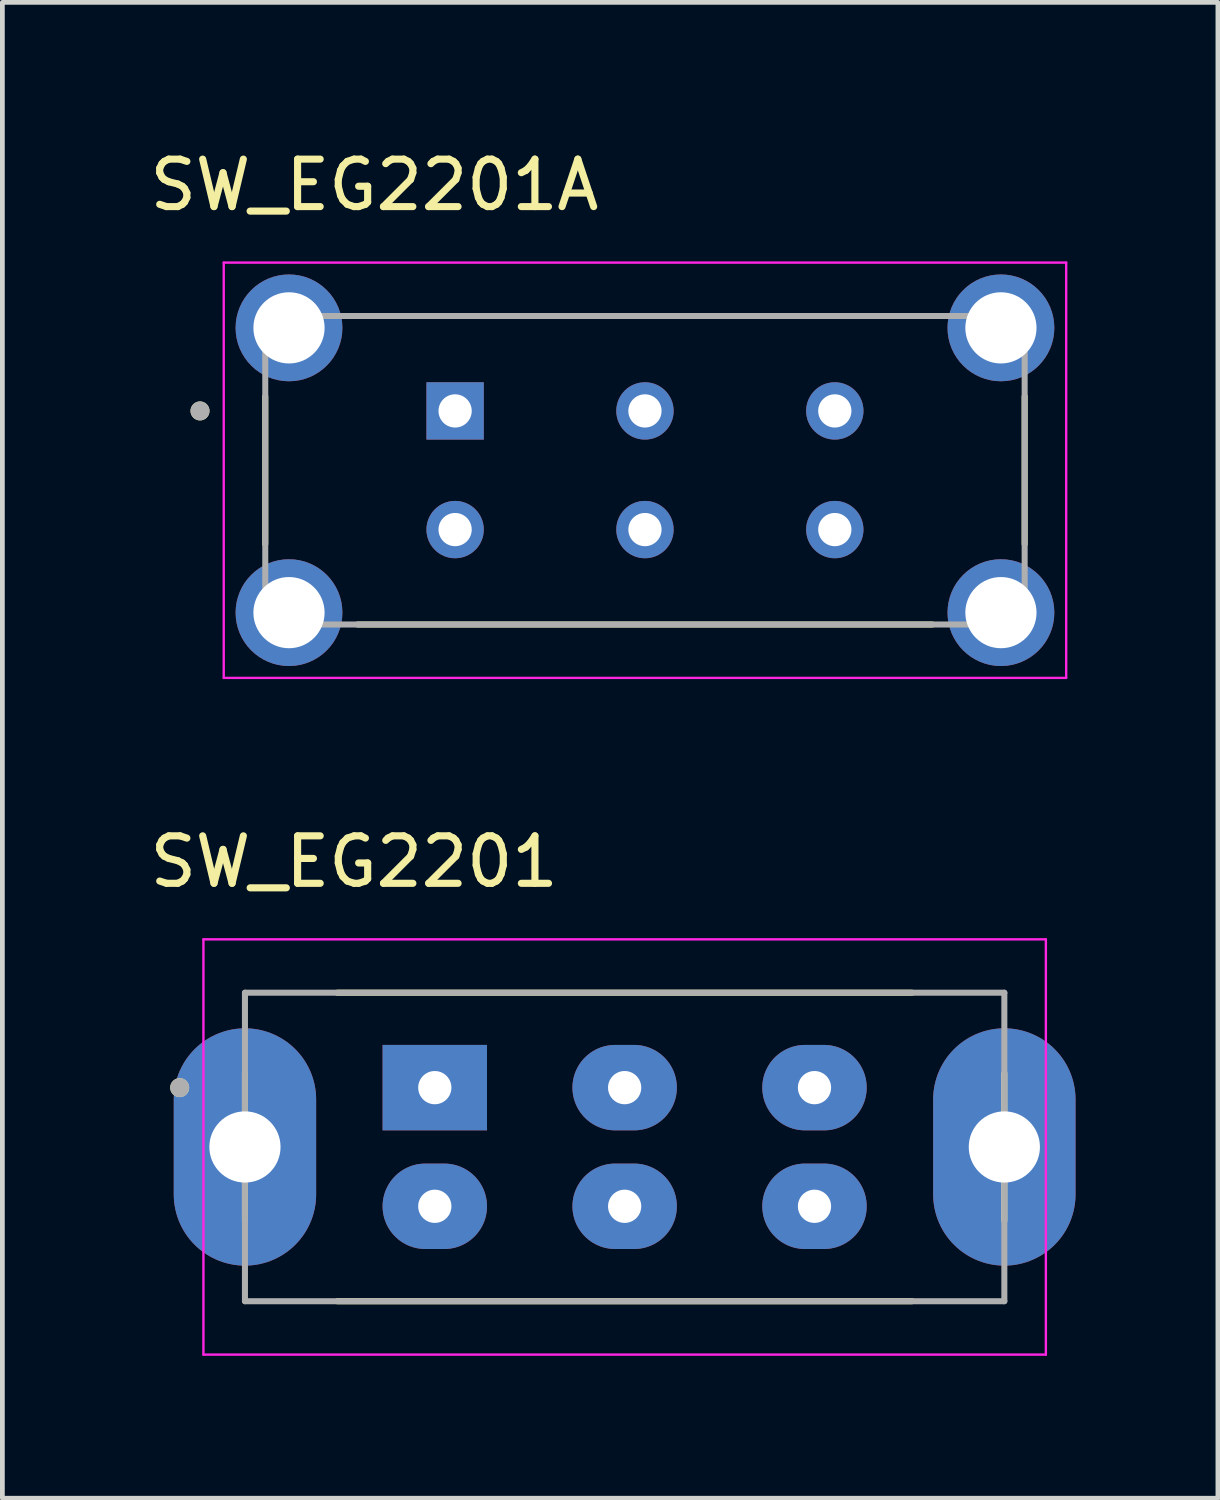
<source format=kicad_pcb>
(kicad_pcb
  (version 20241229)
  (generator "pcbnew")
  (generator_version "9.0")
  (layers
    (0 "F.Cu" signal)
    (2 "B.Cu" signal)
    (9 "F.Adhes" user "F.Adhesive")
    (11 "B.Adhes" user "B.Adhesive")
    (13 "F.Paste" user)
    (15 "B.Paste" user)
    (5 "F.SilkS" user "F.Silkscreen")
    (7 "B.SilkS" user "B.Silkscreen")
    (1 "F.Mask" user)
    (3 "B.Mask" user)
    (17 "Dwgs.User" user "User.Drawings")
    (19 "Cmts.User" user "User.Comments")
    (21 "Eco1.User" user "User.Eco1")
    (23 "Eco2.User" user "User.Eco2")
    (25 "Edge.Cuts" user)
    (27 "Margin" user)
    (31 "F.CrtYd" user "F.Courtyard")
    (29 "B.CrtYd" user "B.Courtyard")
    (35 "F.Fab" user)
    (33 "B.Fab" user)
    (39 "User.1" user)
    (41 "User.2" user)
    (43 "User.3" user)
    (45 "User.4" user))
  (footprint "SW_EG2201A"
    (layer "F.Cu")
    (at 10.539 6.858)
    (property "Reference" "SW_EG2201A" (at -5.7 -6.01 0) (layer "F.SilkS") (effects (font (size 1 1) (thickness 0.15))))
    (attr through_hole)
    (fp_line (start -8 -1.555) (end -8 1.555) (stroke (width 0.127) (type solid)) (layer "F.SilkS"))
    (fp_line (start -6.055 -3.25) (end 6.055 -3.25) (stroke (width 0.127) (type solid)) (layer "F.SilkS"))
    (fp_line (start -6.055 3.25) (end 6.055 3.25) (stroke (width 0.127) (type solid)) (layer "F.SilkS"))
    (fp_line (start 8 -1.555) (end 8 1.555) (stroke (width 0.127) (type solid)) (layer "F.SilkS"))
    (fp_circle (center -9.375 -1.25) (end -9.275 -1.25) (stroke (width 0.2) (type solid)) (fill no) (layer "F.SilkS"))
    (fp_line (start -8.875 -4.375) (end -8.875 4.375) (stroke (width 0.05) (type solid)) (layer "F.CrtYd"))
    (fp_line (start -8.875 4.375) (end 8.875 4.375) (stroke (width 0.05) (type solid)) (layer "F.CrtYd"))
    (fp_line (start 8.875 -4.375) (end -8.875 -4.375) (stroke (width 0.05) (type solid)) (layer "F.CrtYd"))
    (fp_line (start 8.875 4.375) (end 8.875 -4.375) (stroke (width 0.05) (type solid)) (layer "F.CrtYd"))
    (fp_line (start -8 -3.25) (end 8 -3.25) (stroke (width 0.127) (type solid)) (layer "F.Fab"))
    (fp_line (start -8 3.25) (end -8 -3.25) (stroke (width 0.127) (type solid)) (layer "F.Fab"))
    (fp_line (start 8 -3.25) (end 8 3.25) (stroke (width 0.127) (type solid)) (layer "F.Fab"))
    (fp_line (start 8 3.25) (end -8 3.25) (stroke (width 0.127) (type solid)) (layer "F.Fab"))
    (fp_circle (center -9.375 -1.25) (end -9.275 -1.25) (stroke (width 0.2) (type solid)) (fill no) (layer "F.Fab"))
    (pad "1" thru_hole rect (at -4 -1.25) (size 1.208 1.208) (drill 0.7) (layers "*.Cu" "*.Mask"))
    (pad "2" thru_hole circle (at 0 -1.25) (size 1.208 1.208) (drill 0.7) (layers "*.Cu" "*.Mask"))
    (pad "3" thru_hole circle (at 4 -1.25) (size 1.208 1.208) (drill 0.7) (layers "*.Cu" "*.Mask"))
    (pad "4" thru_hole circle (at -4 1.25) (size 1.208 1.208) (drill 0.7) (layers "*.Cu" "*.Mask"))
    (pad "5" thru_hole circle (at 0 1.25) (size 1.208 1.208) (drill 0.7) (layers "*.Cu" "*.Mask"))
    (pad "6" thru_hole circle (at 4 1.25) (size 1.208 1.208) (drill 0.7) (layers "*.Cu" "*.Mask"))
    (pad "SH1" thru_hole circle (at -7.5 -3) (size 2.25 2.25) (drill 1.5) (layers "*.Cu" "*.Mask"))
    (pad "SH2" thru_hole circle (at 7.5 -3) (size 2.25 2.25) (drill 1.5) (layers "*.Cu" "*.Mask"))
    (pad "SH3" thru_hole circle (at 7.5 3) (size 2.25 2.25) (drill 1.5) (layers "*.Cu" "*.Mask"))
    (pad "SH4" thru_hole circle (at -7.5 3) (size 2.25 2.25) (drill 1.5) (layers "*.Cu" "*.Mask")))
  (footprint "SW_EG2201"
    (layer "F.Cu")
    (at 10.111 21.116)
    (property "Reference" "SW_EG2201" (at -5.7 -6.01 0) (layer "F.SilkS") (effects (font (size 1 1) (thickness 0.15))))
    (attr through_hole)
    (fp_line (start -8 -1.555) (end -8 1.555) (stroke (width 0.127) (type solid)) (layer "F.SilkS"))
    (fp_line (start -6.055 -3.25) (end 6.055 -3.25) (stroke (width 0.127) (type solid)) (layer "F.SilkS"))
    (fp_line (start -6.055 3.25) (end 6.055 3.25) (stroke (width 0.127) (type solid)) (layer "F.SilkS"))
    (fp_line (start 8 -1.555) (end 8 1.555) (stroke (width 0.127) (type solid)) (layer "F.SilkS"))
    (fp_circle (center -9.375 -1.25) (end -9.275 -1.25) (stroke (width 0.2) (type solid)) (fill no) (layer "F.SilkS"))
    (fp_line (start -8.875 -4.375) (end -8.875 4.375) (stroke (width 0.05) (type solid)) (layer "F.CrtYd"))
    (fp_line (start -8.875 4.375) (end 8.875 4.375) (stroke (width 0.05) (type solid)) (layer "F.CrtYd"))
    (fp_line (start 8.875 -4.375) (end -8.875 -4.375) (stroke (width 0.05) (type solid)) (layer "F.CrtYd"))
    (fp_line (start 8.875 4.375) (end 8.875 -4.375) (stroke (width 0.05) (type solid)) (layer "F.CrtYd"))
    (fp_line (start -8 -3.25) (end 8 -3.25) (stroke (width 0.127) (type solid)) (layer "F.Fab"))
    (fp_line (start -8 3.25) (end -8 -3.25) (stroke (width 0.127) (type solid)) (layer "F.Fab"))
    (fp_line (start 8 -3.25) (end 8 3.25) (stroke (width 0.127) (type solid)) (layer "F.Fab"))
    (fp_line (start 8 3.25) (end -8 3.25) (stroke (width 0.127) (type solid)) (layer "F.Fab"))
    (fp_circle (center -9.375 -1.25) (end -9.275 -1.25) (stroke (width 0.2) (type solid)) (fill no) (layer "F.Fab"))
    (pad "1" thru_hole rect (at -4 -1.25) (size 2.2 1.8) (drill 0.7) (layers "*.Cu" "*.Mask"))
    (pad "2" thru_hole oval (at 0 -1.25) (size 2.2 1.8) (drill 0.7) (layers "*.Cu" "*.Mask"))
    (pad "3" thru_hole oval (at 4 -1.25) (size 2.2 1.8) (drill 0.7) (layers "*.Cu" "*.Mask"))
    (pad "4" thru_hole oval (at -4 1.25) (size 2.2 1.8) (drill 0.7) (layers "*.Cu" "*.Mask"))
    (pad "5" thru_hole oval (at 0 1.25) (size 2.2 1.8) (drill 0.7) (layers "*.Cu" "*.Mask"))
    (pad "6" thru_hole oval (at 4 1.25) (size 2.2 1.8) (drill 0.7) (layers "*.Cu" "*.Mask"))
    (pad "SH1" thru_hole oval (at -8 0) (size 3 5) (drill 1.5) (layers "*.Cu" "*.Mask"))
    (pad "SH2" thru_hole oval (at 8 0) (size 3 5) (drill 1.5) (layers "*.Cu" "*.Mask")))
  (gr_rect
    (start -3 -3)
    (end 22.611 28.517)
    (stroke (width 0.1) (type default))
    (fill no)
    (layer "Edge.Cuts")))
</source>
